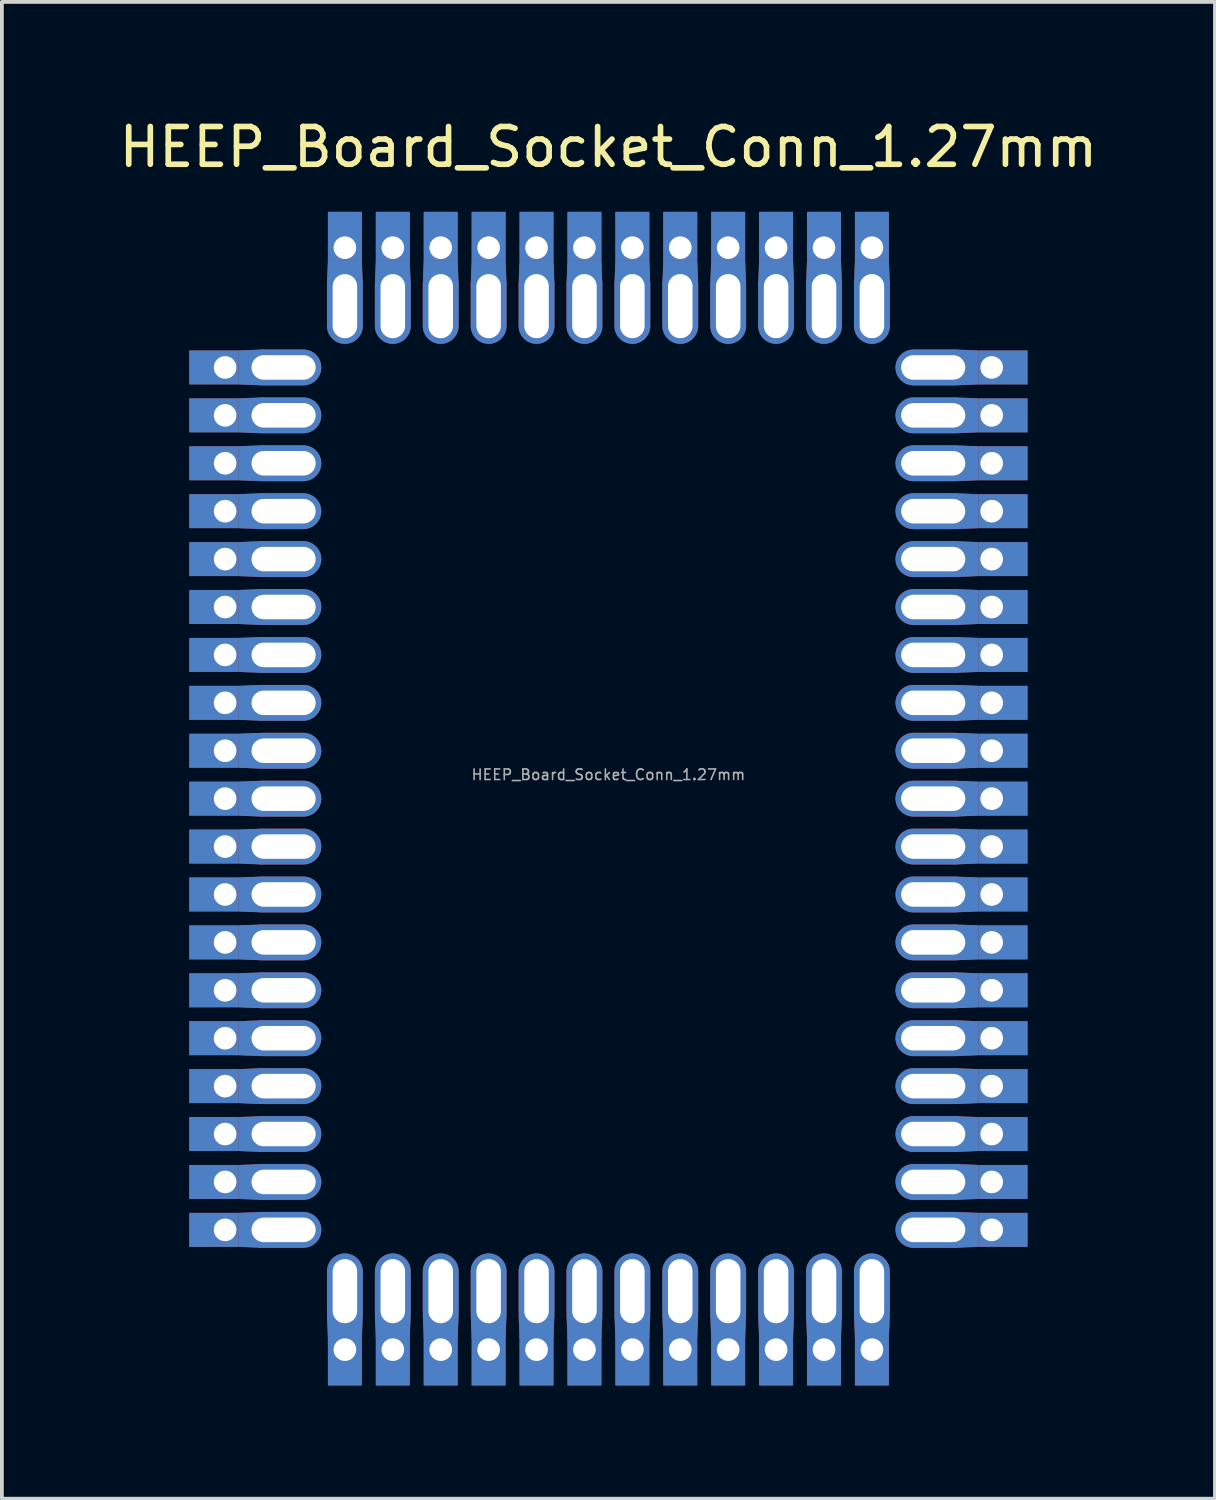
<source format=kicad_pcb>
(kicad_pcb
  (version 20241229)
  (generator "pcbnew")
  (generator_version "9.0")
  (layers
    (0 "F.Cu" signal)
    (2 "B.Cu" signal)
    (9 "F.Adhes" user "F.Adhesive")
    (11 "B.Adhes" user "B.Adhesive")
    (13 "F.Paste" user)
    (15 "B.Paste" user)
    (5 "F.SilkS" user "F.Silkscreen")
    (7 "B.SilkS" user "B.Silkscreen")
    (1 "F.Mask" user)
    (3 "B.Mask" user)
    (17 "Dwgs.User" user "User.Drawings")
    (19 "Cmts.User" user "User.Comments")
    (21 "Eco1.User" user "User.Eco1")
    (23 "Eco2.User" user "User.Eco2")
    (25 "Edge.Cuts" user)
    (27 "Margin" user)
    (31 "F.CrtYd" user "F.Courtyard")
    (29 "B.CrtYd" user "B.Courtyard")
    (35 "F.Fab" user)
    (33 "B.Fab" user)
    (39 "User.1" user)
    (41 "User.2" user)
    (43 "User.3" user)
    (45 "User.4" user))
  (footprint "HEEP_Board_Socket_Conn_1.27mm"
    (layer "F.Cu")
    (at 13.077 18.12)
    (property "Reference" "HEEP_Board_Socket_Conn_1.27mm" (at 0 -17.272 0) (unlocked yes) (layer "F.SilkS") (effects (font (size 1 1) (thickness 0.15))))
    (attr smd)
    (fp_poly (pts (xy -9.81 -11.88) (xy -9.169 -11.905) (xy -9.169 -10.955) (xy -9.81 -10.98)) (stroke (width 0) (type solid)) (fill yes) (layer "F.Cu"))
    (fp_poly (pts (xy -9.81 -10.61) (xy -9.169 -10.635) (xy -9.169 -9.685) (xy -9.81 -9.71)) (stroke (width 0) (type solid)) (fill yes) (layer "F.Cu"))
    (fp_poly (pts (xy -9.81 -9.34) (xy -9.169 -9.365) (xy -9.169 -8.415) (xy -9.81 -8.44)) (stroke (width 0) (type solid)) (fill yes) (layer "F.Cu"))
    (fp_poly (pts (xy -9.81 -8.07) (xy -9.169 -8.095) (xy -9.169 -7.145) (xy -9.81 -7.17)) (stroke (width 0) (type solid)) (fill yes) (layer "F.Cu"))
    (fp_poly (pts (xy -9.81 -6.8) (xy -9.169 -6.825) (xy -9.169 -5.875) (xy -9.81 -5.9)) (stroke (width 0) (type solid)) (fill yes) (layer "F.Cu"))
    (fp_poly (pts (xy -9.81 -5.53) (xy -9.169 -5.555) (xy -9.169 -4.605) (xy -9.81 -4.63)) (stroke (width 0) (type solid)) (fill yes) (layer "F.Cu"))
    (fp_poly (pts (xy -9.81 -4.26) (xy -9.169 -4.285) (xy -9.169 -3.335) (xy -9.81 -3.36)) (stroke (width 0) (type solid)) (fill yes) (layer "F.Cu"))
    (fp_poly (pts (xy -9.81 -2.99) (xy -9.169 -3.015) (xy -9.169 -2.065) (xy -9.81 -2.09)) (stroke (width 0) (type solid)) (fill yes) (layer "F.Cu"))
    (fp_poly (pts (xy -9.81 -1.72) (xy -9.169 -1.745) (xy -9.169 -0.795) (xy -9.81 -0.82)) (stroke (width 0) (type solid)) (fill yes) (layer "F.Cu"))
    (fp_poly (pts (xy -9.81 -0.45) (xy -9.169 -0.475) (xy -9.169 0.475) (xy -9.81 0.45)) (stroke (width 0) (type solid)) (fill yes) (layer "F.Cu"))
    (fp_poly (pts (xy -9.81 0.82) (xy -9.169 0.795) (xy -9.169 1.745) (xy -9.81 1.72)) (stroke (width 0) (type solid)) (fill yes) (layer "F.Cu"))
    (fp_poly (pts (xy -9.81 2.09) (xy -9.169 2.065) (xy -9.169 3.015) (xy -9.81 2.99)) (stroke (width 0) (type solid)) (fill yes) (layer "F.Cu"))
    (fp_poly (pts (xy -9.81 3.36) (xy -9.169 3.335) (xy -9.169 4.285) (xy -9.81 4.26)) (stroke (width 0) (type solid)) (fill yes) (layer "F.Cu"))
    (fp_poly (pts (xy -9.81 4.63) (xy -9.169 4.605) (xy -9.169 5.555) (xy -9.81 5.53)) (stroke (width 0) (type solid)) (fill yes) (layer "F.Cu"))
    (fp_poly (pts (xy -9.81 5.9) (xy -9.169 5.875) (xy -9.169 6.825) (xy -9.81 6.8)) (stroke (width 0) (type solid)) (fill yes) (layer "F.Cu"))
    (fp_poly (pts (xy -9.81 7.17) (xy -9.169 7.145) (xy -9.169 8.095) (xy -9.81 8.07)) (stroke (width 0) (type solid)) (fill yes) (layer "F.Cu"))
    (fp_poly (pts (xy -9.81 8.44) (xy -9.169 8.415) (xy -9.169 9.365) (xy -9.81 9.34)) (stroke (width 0) (type solid)) (fill yes) (layer "F.Cu"))
    (fp_poly (pts (xy -9.81 9.71) (xy -9.169 9.685) (xy -9.169 10.635) (xy -9.81 10.61)) (stroke (width 0) (type solid)) (fill yes) (layer "F.Cu"))
    (fp_poly (pts (xy -9.81 10.98) (xy -9.169 10.955) (xy -9.169 11.905) (xy -9.81 11.88)) (stroke (width 0) (type solid)) (fill yes) (layer "F.Cu"))
    (fp_poly (pts (xy -7.435 -14.255) (xy -7.46 -13.614) (xy -6.51 -13.614) (xy -6.535 -14.255)) (stroke (width 0) (type solid)) (fill yes) (layer "F.Cu"))
    (fp_poly (pts (xy -7.435 14.297) (xy -7.46 13.656) (xy -6.51 13.656) (xy -6.535 14.297)) (stroke (width 0) (type solid)) (fill yes) (layer "F.Cu"))
    (fp_poly (pts (xy -6.165 -14.255) (xy -6.19 -13.614) (xy -5.24 -13.614) (xy -5.265 -14.255)) (stroke (width 0) (type solid)) (fill yes) (layer "F.Cu"))
    (fp_poly (pts (xy -6.165 14.297) (xy -6.19 13.656) (xy -5.24 13.656) (xy -5.265 14.297)) (stroke (width 0) (type solid)) (fill yes) (layer "F.Cu"))
    (fp_poly (pts (xy -4.895 -14.255) (xy -4.92 -13.614) (xy -3.97 -13.614) (xy -3.995 -14.255)) (stroke (width 0) (type solid)) (fill yes) (layer "F.Cu"))
    (fp_poly (pts (xy -4.895 14.297) (xy -4.92 13.656) (xy -3.97 13.656) (xy -3.995 14.297)) (stroke (width 0) (type solid)) (fill yes) (layer "F.Cu"))
    (fp_poly (pts (xy -3.625 -14.255) (xy -3.65 -13.614) (xy -2.7 -13.614) (xy -2.725 -14.255)) (stroke (width 0) (type solid)) (fill yes) (layer "F.Cu"))
    (fp_poly (pts (xy -3.625 14.297) (xy -3.65 13.656) (xy -2.7 13.656) (xy -2.725 14.297)) (stroke (width 0) (type solid)) (fill yes) (layer "F.Cu"))
    (fp_poly (pts (xy -2.355 -14.255) (xy -2.38 -13.614) (xy -1.43 -13.614) (xy -1.455 -14.255)) (stroke (width 0) (type solid)) (fill yes) (layer "F.Cu"))
    (fp_poly (pts (xy -2.355 14.297) (xy -2.38 13.656) (xy -1.43 13.656) (xy -1.455 14.297)) (stroke (width 0) (type solid)) (fill yes) (layer "F.Cu"))
    (fp_poly (pts (xy -1.085 -14.255) (xy -1.11 -13.614) (xy -0.16 -13.614) (xy -0.185 -14.255)) (stroke (width 0) (type solid)) (fill yes) (layer "F.Cu"))
    (fp_poly (pts (xy -1.085 14.297) (xy -1.11 13.656) (xy -0.16 13.656) (xy -0.185 14.297)) (stroke (width 0) (type solid)) (fill yes) (layer "F.Cu"))
    (fp_poly (pts (xy 0.185 -14.255) (xy 0.16 -13.614) (xy 1.11 -13.614) (xy 1.085 -14.255)) (stroke (width 0) (type solid)) (fill yes) (layer "F.Cu"))
    (fp_poly (pts (xy 0.185 14.297) (xy 0.16 13.656) (xy 1.11 13.656) (xy 1.085 14.297)) (stroke (width 0) (type solid)) (fill yes) (layer "F.Cu"))
    (fp_poly (pts (xy 1.455 -14.255) (xy 1.43 -13.614) (xy 2.38 -13.614) (xy 2.355 -14.255)) (stroke (width 0) (type solid)) (fill yes) (layer "F.Cu"))
    (fp_poly (pts (xy 1.455 14.297) (xy 1.43 13.656) (xy 2.38 13.656) (xy 2.355 14.297)) (stroke (width 0) (type solid)) (fill yes) (layer "F.Cu"))
    (fp_poly (pts (xy 2.725 -14.255) (xy 2.7 -13.614) (xy 3.65 -13.614) (xy 3.625 -14.255)) (stroke (width 0) (type solid)) (fill yes) (layer "F.Cu"))
    (fp_poly (pts (xy 2.725 14.297) (xy 2.7 13.656) (xy 3.65 13.656) (xy 3.625 14.297)) (stroke (width 0) (type solid)) (fill yes) (layer "F.Cu"))
    (fp_poly (pts (xy 3.995 -14.255) (xy 3.97 -13.614) (xy 4.92 -13.614) (xy 4.895 -14.255)) (stroke (width 0) (type solid)) (fill yes) (layer "F.Cu"))
    (fp_poly (pts (xy 3.995 14.297) (xy 3.97 13.656) (xy 4.92 13.656) (xy 4.895 14.297)) (stroke (width 0) (type solid)) (fill yes) (layer "F.Cu"))
    (fp_poly (pts (xy 5.265 -14.255) (xy 5.24 -13.614) (xy 6.19 -13.614) (xy 6.165 -14.255)) (stroke (width 0) (type solid)) (fill yes) (layer "F.Cu"))
    (fp_poly (pts (xy 5.265 14.297) (xy 5.24 13.656) (xy 6.19 13.656) (xy 6.165 14.297)) (stroke (width 0) (type solid)) (fill yes) (layer "F.Cu"))
    (fp_poly (pts (xy 6.535 -14.255) (xy 6.51 -13.614) (xy 7.46 -13.614) (xy 7.435 -14.255)) (stroke (width 0) (type solid)) (fill yes) (layer "F.Cu"))
    (fp_poly (pts (xy 6.535 14.297) (xy 6.51 13.656) (xy 7.46 13.656) (xy 7.435 14.297)) (stroke (width 0) (type solid)) (fill yes) (layer "F.Cu"))
    (fp_poly (pts (xy 9.81 -11.88) (xy 9.169 -11.905) (xy 9.169 -10.955) (xy 9.81 -10.98)) (stroke (width 0) (type solid)) (fill yes) (layer "F.Cu"))
    (fp_poly (pts (xy 9.81 -10.61) (xy 9.169 -10.635) (xy 9.169 -9.685) (xy 9.81 -9.71)) (stroke (width 0) (type solid)) (fill yes) (layer "F.Cu"))
    (fp_poly (pts (xy 9.81 -9.34) (xy 9.169 -9.365) (xy 9.169 -8.415) (xy 9.81 -8.44)) (stroke (width 0) (type solid)) (fill yes) (layer "F.Cu"))
    (fp_poly (pts (xy 9.81 -8.07) (xy 9.169 -8.095) (xy 9.169 -7.145) (xy 9.81 -7.17)) (stroke (width 0) (type solid)) (fill yes) (layer "F.Cu"))
    (fp_poly (pts (xy 9.81 -6.8) (xy 9.169 -6.825) (xy 9.169 -5.875) (xy 9.81 -5.9)) (stroke (width 0) (type solid)) (fill yes) (layer "F.Cu"))
    (fp_poly (pts (xy 9.81 -5.53) (xy 9.169 -5.555) (xy 9.169 -4.605) (xy 9.81 -4.63)) (stroke (width 0) (type solid)) (fill yes) (layer "F.Cu"))
    (fp_poly (pts (xy 9.81 -4.26) (xy 9.169 -4.285) (xy 9.169 -3.335) (xy 9.81 -3.36)) (stroke (width 0) (type solid)) (fill yes) (layer "F.Cu"))
    (fp_poly (pts (xy 9.81 -2.99) (xy 9.169 -3.015) (xy 9.169 -2.065) (xy 9.81 -2.09)) (stroke (width 0) (type solid)) (fill yes) (layer "F.Cu"))
    (fp_poly (pts (xy 9.81 -1.72) (xy 9.169 -1.745) (xy 9.169 -0.795) (xy 9.81 -0.82)) (stroke (width 0) (type solid)) (fill yes) (layer "F.Cu"))
    (fp_poly (pts (xy 9.81 -0.45) (xy 9.169 -0.475) (xy 9.169 0.475) (xy 9.81 0.45)) (stroke (width 0) (type solid)) (fill yes) (layer "F.Cu"))
    (fp_poly (pts (xy 9.81 0.82) (xy 9.169 0.795) (xy 9.169 1.745) (xy 9.81 1.72)) (stroke (width 0) (type solid)) (fill yes) (layer "F.Cu"))
    (fp_poly (pts (xy 9.81 2.09) (xy 9.169 2.065) (xy 9.169 3.015) (xy 9.81 2.99)) (stroke (width 0) (type solid)) (fill yes) (layer "F.Cu"))
    (fp_poly (pts (xy 9.81 3.36) (xy 9.169 3.335) (xy 9.169 4.285) (xy 9.81 4.26)) (stroke (width 0) (type solid)) (fill yes) (layer "F.Cu"))
    (fp_poly (pts (xy 9.81 4.63) (xy 9.169 4.605) (xy 9.169 5.555) (xy 9.81 5.53)) (stroke (width 0) (type solid)) (fill yes) (layer "F.Cu"))
    (fp_poly (pts (xy 9.81 5.9) (xy 9.169 5.875) (xy 9.169 6.825) (xy 9.81 6.8)) (stroke (width 0) (type solid)) (fill yes) (layer "F.Cu"))
    (fp_poly (pts (xy 9.81 7.17) (xy 9.169 7.145) (xy 9.169 8.095) (xy 9.81 8.07)) (stroke (width 0) (type solid)) (fill yes) (layer "F.Cu"))
    (fp_poly (pts (xy 9.81 8.44) (xy 9.169 8.415) (xy 9.169 9.365) (xy 9.81 9.34)) (stroke (width 0) (type solid)) (fill yes) (layer "F.Cu"))
    (fp_poly (pts (xy 9.81 9.71) (xy 9.169 9.685) (xy 9.169 10.635) (xy 9.81 10.61)) (stroke (width 0) (type solid)) (fill yes) (layer "F.Cu"))
    (fp_poly (pts (xy 9.81 10.98) (xy 9.169 10.955) (xy 9.169 11.905) (xy 9.81 11.88)) (stroke (width 0) (type solid)) (fill yes) (layer "F.Cu"))
    (fp_poly (pts (xy -9.81 -11.88) (xy -9.169 -11.905) (xy -9.169 -10.955) (xy -9.81 -10.98)) (stroke (width 0) (type solid)) (fill yes) (layer "B.Cu"))
    (fp_poly (pts (xy -9.81 -10.61) (xy -9.169 -10.635) (xy -9.169 -9.685) (xy -9.81 -9.71)) (stroke (width 0) (type solid)) (fill yes) (layer "B.Cu"))
    (fp_poly (pts (xy -9.81 -9.34) (xy -9.169 -9.365) (xy -9.169 -8.415) (xy -9.81 -8.44)) (stroke (width 0) (type solid)) (fill yes) (layer "B.Cu"))
    (fp_poly (pts (xy -9.81 -8.07) (xy -9.169 -8.095) (xy -9.169 -7.145) (xy -9.81 -7.17)) (stroke (width 0) (type solid)) (fill yes) (layer "B.Cu"))
    (fp_poly (pts (xy -9.81 -6.8) (xy -9.169 -6.825) (xy -9.169 -5.875) (xy -9.81 -5.9)) (stroke (width 0) (type solid)) (fill yes) (layer "B.Cu"))
    (fp_poly (pts (xy -9.81 -5.53) (xy -9.169 -5.555) (xy -9.169 -4.605) (xy -9.81 -4.63)) (stroke (width 0) (type solid)) (fill yes) (layer "B.Cu"))
    (fp_poly (pts (xy -9.81 -4.26) (xy -9.169 -4.285) (xy -9.169 -3.335) (xy -9.81 -3.36)) (stroke (width 0) (type solid)) (fill yes) (layer "B.Cu"))
    (fp_poly (pts (xy -9.81 -2.99) (xy -9.169 -3.015) (xy -9.169 -2.065) (xy -9.81 -2.09)) (stroke (width 0) (type solid)) (fill yes) (layer "B.Cu"))
    (fp_poly (pts (xy -9.81 -1.72) (xy -9.169 -1.745) (xy -9.169 -0.795) (xy -9.81 -0.82)) (stroke (width 0) (type solid)) (fill yes) (layer "B.Cu"))
    (fp_poly (pts (xy -9.81 -0.45) (xy -9.169 -0.475) (xy -9.169 0.475) (xy -9.81 0.45)) (stroke (width 0) (type solid)) (fill yes) (layer "B.Cu"))
    (fp_poly (pts (xy -9.81 0.82) (xy -9.169 0.795) (xy -9.169 1.745) (xy -9.81 1.72)) (stroke (width 0) (type solid)) (fill yes) (layer "B.Cu"))
    (fp_poly (pts (xy -9.81 2.09) (xy -9.169 2.065) (xy -9.169 3.015) (xy -9.81 2.99)) (stroke (width 0) (type solid)) (fill yes) (layer "B.Cu"))
    (fp_poly (pts (xy -9.81 3.36) (xy -9.169 3.335) (xy -9.169 4.285) (xy -9.81 4.26)) (stroke (width 0) (type solid)) (fill yes) (layer "B.Cu"))
    (fp_poly (pts (xy -9.81 4.63) (xy -9.169 4.605) (xy -9.169 5.555) (xy -9.81 5.53)) (stroke (width 0) (type solid)) (fill yes) (layer "B.Cu"))
    (fp_poly (pts (xy -9.81 5.9) (xy -9.169 5.875) (xy -9.169 6.825) (xy -9.81 6.8)) (stroke (width 0) (type solid)) (fill yes) (layer "B.Cu"))
    (fp_poly (pts (xy -9.81 7.17) (xy -9.169 7.145) (xy -9.169 8.095) (xy -9.81 8.07)) (stroke (width 0) (type solid)) (fill yes) (layer "B.Cu"))
    (fp_poly (pts (xy -9.81 8.44) (xy -9.169 8.415) (xy -9.169 9.365) (xy -9.81 9.34)) (stroke (width 0) (type solid)) (fill yes) (layer "B.Cu"))
    (fp_poly (pts (xy -9.81 9.71) (xy -9.169 9.685) (xy -9.169 10.635) (xy -9.81 10.61)) (stroke (width 0) (type solid)) (fill yes) (layer "B.Cu"))
    (fp_poly (pts (xy -9.81 10.98) (xy -9.169 10.955) (xy -9.169 11.905) (xy -9.81 11.88)) (stroke (width 0) (type solid)) (fill yes) (layer "B.Cu"))
    (fp_poly (pts (xy -7.435 -14.255) (xy -7.46 -13.614) (xy -6.51 -13.614) (xy -6.535 -14.255)) (stroke (width 0) (type solid)) (fill yes) (layer "B.Cu"))
    (fp_poly (pts (xy -7.435 14.297) (xy -7.46 13.656) (xy -6.51 13.656) (xy -6.535 14.297)) (stroke (width 0) (type solid)) (fill yes) (layer "B.Cu"))
    (fp_poly (pts (xy -6.165 -14.255) (xy -6.19 -13.614) (xy -5.24 -13.614) (xy -5.265 -14.255)) (stroke (width 0) (type solid)) (fill yes) (layer "B.Cu"))
    (fp_poly (pts (xy -6.165 14.297) (xy -6.19 13.656) (xy -5.24 13.656) (xy -5.265 14.297)) (stroke (width 0) (type solid)) (fill yes) (layer "B.Cu"))
    (fp_poly (pts (xy -4.895 -14.255) (xy -4.92 -13.614) (xy -3.97 -13.614) (xy -3.995 -14.255)) (stroke (width 0) (type solid)) (fill yes) (layer "B.Cu"))
    (fp_poly (pts (xy -4.895 14.297) (xy -4.92 13.656) (xy -3.97 13.656) (xy -3.995 14.297)) (stroke (width 0) (type solid)) (fill yes) (layer "B.Cu"))
    (fp_poly (pts (xy -3.625 -14.255) (xy -3.65 -13.614) (xy -2.7 -13.614) (xy -2.725 -14.255)) (stroke (width 0) (type solid)) (fill yes) (layer "B.Cu"))
    (fp_poly (pts (xy -3.625 14.297) (xy -3.65 13.656) (xy -2.7 13.656) (xy -2.725 14.297)) (stroke (width 0) (type solid)) (fill yes) (layer "B.Cu"))
    (fp_poly (pts (xy -2.355 -14.255) (xy -2.38 -13.614) (xy -1.43 -13.614) (xy -1.455 -14.255)) (stroke (width 0) (type solid)) (fill yes) (layer "B.Cu"))
    (fp_poly (pts (xy -2.355 14.297) (xy -2.38 13.656) (xy -1.43 13.656) (xy -1.455 14.297)) (stroke (width 0) (type solid)) (fill yes) (layer "B.Cu"))
    (fp_poly (pts (xy -1.085 -14.255) (xy -1.11 -13.614) (xy -0.16 -13.614) (xy -0.185 -14.255)) (stroke (width 0) (type solid)) (fill yes) (layer "B.Cu"))
    (fp_poly (pts (xy -1.085 14.297) (xy -1.11 13.656) (xy -0.16 13.656) (xy -0.185 14.297)) (stroke (width 0) (type solid)) (fill yes) (layer "B.Cu"))
    (fp_poly (pts (xy 0.185 -14.255) (xy 0.16 -13.614) (xy 1.11 -13.614) (xy 1.085 -14.255)) (stroke (width 0) (type solid)) (fill yes) (layer "B.Cu"))
    (fp_poly (pts (xy 0.185 14.297) (xy 0.16 13.656) (xy 1.11 13.656) (xy 1.085 14.297)) (stroke (width 0) (type solid)) (fill yes) (layer "B.Cu"))
    (fp_poly (pts (xy 1.455 -14.255) (xy 1.43 -13.614) (xy 2.38 -13.614) (xy 2.355 -14.255)) (stroke (width 0) (type solid)) (fill yes) (layer "B.Cu"))
    (fp_poly (pts (xy 1.455 14.297) (xy 1.43 13.656) (xy 2.38 13.656) (xy 2.355 14.297)) (stroke (width 0) (type solid)) (fill yes) (layer "B.Cu"))
    (fp_poly (pts (xy 2.725 -14.255) (xy 2.7 -13.614) (xy 3.65 -13.614) (xy 3.625 -14.255)) (stroke (width 0) (type solid)) (fill yes) (layer "B.Cu"))
    (fp_poly (pts (xy 2.725 14.297) (xy 2.7 13.656) (xy 3.65 13.656) (xy 3.625 14.297)) (stroke (width 0) (type solid)) (fill yes) (layer "B.Cu"))
    (fp_poly (pts (xy 3.995 -14.255) (xy 3.97 -13.614) (xy 4.92 -13.614) (xy 4.895 -14.255)) (stroke (width 0) (type solid)) (fill yes) (layer "B.Cu"))
    (fp_poly (pts (xy 3.995 14.297) (xy 3.97 13.656) (xy 4.92 13.656) (xy 4.895 14.297)) (stroke (width 0) (type solid)) (fill yes) (layer "B.Cu"))
    (fp_poly (pts (xy 5.265 -14.255) (xy 5.24 -13.614) (xy 6.19 -13.614) (xy 6.165 -14.255)) (stroke (width 0) (type solid)) (fill yes) (layer "B.Cu"))
    (fp_poly (pts (xy 5.265 14.297) (xy 5.24 13.656) (xy 6.19 13.656) (xy 6.165 14.297)) (stroke (width 0) (type solid)) (fill yes) (layer "B.Cu"))
    (fp_poly (pts (xy 6.535 -14.255) (xy 6.51 -13.614) (xy 7.46 -13.614) (xy 7.435 -14.255)) (stroke (width 0) (type solid)) (fill yes) (layer "B.Cu"))
    (fp_poly (pts (xy 6.535 14.297) (xy 6.51 13.656) (xy 7.46 13.656) (xy 7.435 14.297)) (stroke (width 0) (type solid)) (fill yes) (layer "B.Cu"))
    (fp_poly (pts (xy 9.81 -11.88) (xy 9.169 -11.905) (xy 9.169 -10.955) (xy 9.81 -10.98)) (stroke (width 0) (type solid)) (fill yes) (layer "B.Cu"))
    (fp_poly (pts (xy 9.81 -10.61) (xy 9.169 -10.635) (xy 9.169 -9.685) (xy 9.81 -9.71)) (stroke (width 0) (type solid)) (fill yes) (layer "B.Cu"))
    (fp_poly (pts (xy 9.81 -9.34) (xy 9.169 -9.365) (xy 9.169 -8.415) (xy 9.81 -8.44)) (stroke (width 0) (type solid)) (fill yes) (layer "B.Cu"))
    (fp_poly (pts (xy 9.81 -8.07) (xy 9.169 -8.095) (xy 9.169 -7.145) (xy 9.81 -7.17)) (stroke (width 0) (type solid)) (fill yes) (layer "B.Cu"))
    (fp_poly (pts (xy 9.81 -6.8) (xy 9.169 -6.825) (xy 9.169 -5.875) (xy 9.81 -5.9)) (stroke (width 0) (type solid)) (fill yes) (layer "B.Cu"))
    (fp_poly (pts (xy 9.81 -5.53) (xy 9.169 -5.555) (xy 9.169 -4.605) (xy 9.81 -4.63)) (stroke (width 0) (type solid)) (fill yes) (layer "B.Cu"))
    (fp_poly (pts (xy 9.81 -4.26) (xy 9.169 -4.285) (xy 9.169 -3.335) (xy 9.81 -3.36)) (stroke (width 0) (type solid)) (fill yes) (layer "B.Cu"))
    (fp_poly (pts (xy 9.81 -2.99) (xy 9.169 -3.015) (xy 9.169 -2.065) (xy 9.81 -2.09)) (stroke (width 0) (type solid)) (fill yes) (layer "B.Cu"))
    (fp_poly (pts (xy 9.81 -1.72) (xy 9.169 -1.745) (xy 9.169 -0.795) (xy 9.81 -0.82)) (stroke (width 0) (type solid)) (fill yes) (layer "B.Cu"))
    (fp_poly (pts (xy 9.81 -0.45) (xy 9.169 -0.475) (xy 9.169 0.475) (xy 9.81 0.45)) (stroke (width 0) (type solid)) (fill yes) (layer "B.Cu"))
    (fp_poly (pts (xy 9.81 0.82) (xy 9.169 0.795) (xy 9.169 1.745) (xy 9.81 1.72)) (stroke (width 0) (type solid)) (fill yes) (layer "B.Cu"))
    (fp_poly (pts (xy 9.81 2.09) (xy 9.169 2.065) (xy 9.169 3.015) (xy 9.81 2.99)) (stroke (width 0) (type solid)) (fill yes) (layer "B.Cu"))
    (fp_poly (pts (xy 9.81 3.36) (xy 9.169 3.335) (xy 9.169 4.285) (xy 9.81 4.26)) (stroke (width 0) (type solid)) (fill yes) (layer "B.Cu"))
    (fp_poly (pts (xy 9.81 4.63) (xy 9.169 4.605) (xy 9.169 5.555) (xy 9.81 5.53)) (stroke (width 0) (type solid)) (fill yes) (layer "B.Cu"))
    (fp_poly (pts (xy 9.81 5.9) (xy 9.169 5.875) (xy 9.169 6.825) (xy 9.81 6.8)) (stroke (width 0) (type solid)) (fill yes) (layer "B.Cu"))
    (fp_poly (pts (xy 9.81 7.17) (xy 9.169 7.145) (xy 9.169 8.095) (xy 9.81 8.07)) (stroke (width 0) (type solid)) (fill yes) (layer "B.Cu"))
    (fp_poly (pts (xy 9.81 8.44) (xy 9.169 8.415) (xy 9.169 9.365) (xy 9.81 9.34)) (stroke (width 0) (type solid)) (fill yes) (layer "B.Cu"))
    (fp_poly (pts (xy 9.81 9.71) (xy 9.169 9.685) (xy 9.169 10.635) (xy 9.81 10.61)) (stroke (width 0) (type solid)) (fill yes) (layer "B.Cu"))
    (fp_poly (pts (xy 9.81 10.98) (xy 9.169 10.955) (xy 9.169 11.905) (xy 9.81 11.88)) (stroke (width 0) (type solid)) (fill yes) (layer "B.Cu"))
    (fp_rect (start -8.255 12.7) (end 8.255 -12.7) (stroke (width 0.1) (type default)) (fill no) (layer "User.1"))
    (fp_text user "${REFERENCE}" (at 0 -0.635 0) (unlocked yes) (layer "F.Fab") (effects (font (size 0.28 0.28) (thickness 0.042))))
    (pad "" thru_hole oval (at -8.61 -11.43) (size 2 0.95) (drill oval 1.7 0.65) (layers "*.Cu" "*.Mask"))
    (pad "" thru_hole oval (at -8.61 -10.16) (size 2 0.95) (drill oval 1.7 0.65) (layers "*.Cu" "*.Mask"))
    (pad "" thru_hole oval (at -8.61 -8.89) (size 2 0.95) (drill oval 1.7 0.65) (layers "*.Cu" "*.Mask"))
    (pad "" thru_hole oval (at -8.61 -7.62) (size 2 0.95) (drill oval 1.7 0.65) (layers "*.Cu" "*.Mask"))
    (pad "" thru_hole oval (at -8.61 -6.35) (size 2 0.95) (drill oval 1.7 0.65) (layers "*.Cu" "*.Mask"))
    (pad "" thru_hole oval (at -8.61 -5.08) (size 2 0.95) (drill oval 1.7 0.65) (layers "*.Cu" "*.Mask"))
    (pad "" thru_hole oval (at -8.61 -3.81) (size 2 0.95) (drill oval 1.7 0.65) (layers "*.Cu" "*.Mask"))
    (pad "" thru_hole oval (at -8.61 -2.54) (size 2 0.95) (drill oval 1.7 0.65) (layers "*.Cu" "*.Mask"))
    (pad "" thru_hole oval (at -8.61 -1.27) (size 2 0.95) (drill oval 1.7 0.65) (layers "*.Cu" "*.Mask"))
    (pad "" thru_hole oval (at -8.61 0) (size 2 0.95) (drill oval 1.7 0.65) (layers "*.Cu" "*.Mask"))
    (pad "" thru_hole oval (at -8.61 1.27) (size 2 0.95) (drill oval 1.7 0.65) (layers "*.Cu" "*.Mask"))
    (pad "" thru_hole oval (at -8.61 2.54) (size 2 0.95) (drill oval 1.7 0.65) (layers "*.Cu" "*.Mask"))
    (pad "" thru_hole oval (at -8.61 3.81) (size 2 0.95) (drill oval 1.7 0.65) (layers "*.Cu" "*.Mask"))
    (pad "" thru_hole oval (at -8.61 5.08) (size 2 0.95) (drill oval 1.7 0.65) (layers "*.Cu" "*.Mask"))
    (pad "" thru_hole oval (at -8.61 6.35) (size 2 0.95) (drill oval 1.7 0.65) (layers "*.Cu" "*.Mask"))
    (pad "" thru_hole oval (at -8.61 7.62) (size 2 0.95) (drill oval 1.7 0.65) (layers "*.Cu" "*.Mask"))
    (pad "" thru_hole oval (at -8.61 8.89) (size 2 0.95) (drill oval 1.7 0.65) (layers "*.Cu" "*.Mask"))
    (pad "" thru_hole oval (at -8.61 10.16) (size 2 0.95) (drill oval 1.7 0.65) (layers "*.Cu" "*.Mask"))
    (pad "" thru_hole oval (at -8.61 11.43) (size 2 0.95) (drill oval 1.7 0.65) (layers "*.Cu" "*.Mask"))
    (pad "" thru_hole oval (at -6.985 -13.055 270) (size 2 0.95) (drill oval 1.7 0.65) (layers "*.Cu" "*.Mask"))
    (pad "" thru_hole oval (at -6.985 13.055 90) (size 2 0.95) (drill oval 1.7 0.65) (layers "*.Cu" "*.Mask"))
    (pad "" thru_hole oval (at -5.715 -13.055 270) (size 2 0.95) (drill oval 1.7 0.65) (layers "*.Cu" "*.Mask"))
    (pad "" thru_hole oval (at -5.715 13.055 90) (size 2 0.95) (drill oval 1.7 0.65) (layers "*.Cu" "*.Mask"))
    (pad "" thru_hole oval (at -4.445 -13.055 270) (size 2 0.95) (drill oval 1.7 0.65) (layers "*.Cu" "*.Mask"))
    (pad "" thru_hole oval (at -4.445 13.055 90) (size 2 0.95) (drill oval 1.7 0.65) (layers "*.Cu" "*.Mask"))
    (pad "" thru_hole oval (at -3.175 -13.055 270) (size 2 0.95) (drill oval 1.7 0.65) (layers "*.Cu" "*.Mask"))
    (pad "" thru_hole oval (at -3.175 13.055 90) (size 2 0.95) (drill oval 1.7 0.65) (layers "*.Cu" "*.Mask"))
    (pad "" thru_hole oval (at -1.905 -13.055 270) (size 2 0.95) (drill oval 1.7 0.65) (layers "*.Cu" "*.Mask"))
    (pad "" thru_hole oval (at -1.905 13.055 90) (size 2 0.95) (drill oval 1.7 0.65) (layers "*.Cu" "*.Mask"))
    (pad "" thru_hole oval (at -0.635 -13.055 270) (size 2 0.95) (drill oval 1.7 0.65) (layers "*.Cu" "*.Mask"))
    (pad "" thru_hole oval (at -0.635 13.055 90) (size 2 0.95) (drill oval 1.7 0.65) (layers "*.Cu" "*.Mask"))
    (pad "" thru_hole oval (at 0.635 -13.055 270) (size 2 0.95) (drill oval 1.7 0.65) (layers "*.Cu" "*.Mask"))
    (pad "" thru_hole oval (at 0.635 13.055 90) (size 2 0.95) (drill oval 1.7 0.65) (layers "*.Cu" "*.Mask"))
    (pad "" thru_hole oval (at 1.905 -13.055 270) (size 2 0.95) (drill oval 1.7 0.65) (layers "*.Cu" "*.Mask"))
    (pad "" thru_hole oval (at 1.905 13.055 90) (size 2 0.95) (drill oval 1.7 0.65) (layers "*.Cu" "*.Mask"))
    (pad "" thru_hole oval (at 3.175 -13.055 270) (size 2 0.95) (drill oval 1.7 0.65) (layers "*.Cu" "*.Mask"))
    (pad "" thru_hole oval (at 3.175 13.055 90) (size 2 0.95) (drill oval 1.7 0.65) (layers "*.Cu" "*.Mask"))
    (pad "" thru_hole oval (at 4.445 -13.055 270) (size 2 0.95) (drill oval 1.7 0.65) (layers "*.Cu" "*.Mask"))
    (pad "" thru_hole oval (at 4.445 13.055 90) (size 2 0.95) (drill oval 1.7 0.65) (layers "*.Cu" "*.Mask"))
    (pad "" thru_hole oval (at 5.715 -13.055 270) (size 2 0.95) (drill oval 1.7 0.65) (layers "*.Cu" "*.Mask"))
    (pad "" thru_hole oval (at 5.715 13.055 90) (size 2 0.95) (drill oval 1.7 0.65) (layers "*.Cu" "*.Mask"))
    (pad "" thru_hole oval (at 6.985 -13.055 270) (size 2 0.95) (drill oval 1.7 0.65) (layers "*.Cu" "*.Mask"))
    (pad "" thru_hole oval (at 6.985 13.055 90) (size 2 0.95) (drill oval 1.7 0.65) (layers "*.Cu" "*.Mask"))
    (pad "" thru_hole oval (at 8.61 -11.43 180) (size 2 0.95) (drill oval 1.7 0.65) (layers "*.Cu" "*.Mask"))
    (pad "" thru_hole oval (at 8.61 -10.16 180) (size 2 0.95) (drill oval 1.7 0.65) (layers "*.Cu" "*.Mask"))
    (pad "" thru_hole oval (at 8.61 -8.89 180) (size 2 0.95) (drill oval 1.7 0.65) (layers "*.Cu" "*.Mask"))
    (pad "" thru_hole oval (at 8.61 -7.62 180) (size 2 0.95) (drill oval 1.7 0.65) (layers "*.Cu" "*.Mask"))
    (pad "" thru_hole oval (at 8.61 -6.35 180) (size 2 0.95) (drill oval 1.7 0.65) (layers "*.Cu" "*.Mask"))
    (pad "" thru_hole oval (at 8.61 -5.08 180) (size 2 0.95) (drill oval 1.7 0.65) (layers "*.Cu" "*.Mask"))
    (pad "" thru_hole oval (at 8.61 -3.81 180) (size 2 0.95) (drill oval 1.7 0.65) (layers "*.Cu" "*.Mask"))
    (pad "" thru_hole oval (at 8.61 -2.54 180) (size 2 0.95) (drill oval 1.7 0.65) (layers "*.Cu" "*.Mask"))
    (pad "" thru_hole oval (at 8.61 -1.27 180) (size 2 0.95) (drill oval 1.7 0.65) (layers "*.Cu" "*.Mask"))
    (pad "" thru_hole oval (at 8.61 0 180) (size 2 0.95) (drill oval 1.7 0.65) (layers "*.Cu" "*.Mask"))
    (pad "" thru_hole oval (at 8.61 1.27 180) (size 2 0.95) (drill oval 1.7 0.65) (layers "*.Cu" "*.Mask"))
    (pad "" thru_hole oval (at 8.61 2.54 180) (size 2 0.95) (drill oval 1.7 0.65) (layers "*.Cu" "*.Mask"))
    (pad "" thru_hole oval (at 8.61 3.81 180) (size 2 0.95) (drill oval 1.7 0.65) (layers "*.Cu" "*.Mask"))
    (pad "" thru_hole oval (at 8.61 5.08 180) (size 2 0.95) (drill oval 1.7 0.65) (layers "*.Cu" "*.Mask"))
    (pad "" thru_hole oval (at 8.61 6.35 180) (size 2 0.95) (drill oval 1.7 0.65) (layers "*.Cu" "*.Mask"))
    (pad "" thru_hole oval (at 8.61 7.62 180) (size 2 0.95) (drill oval 1.7 0.65) (layers "*.Cu" "*.Mask"))
    (pad "" thru_hole oval (at 8.61 8.89 180) (size 2 0.95) (drill oval 1.7 0.65) (layers "*.Cu" "*.Mask"))
    (pad "" thru_hole oval (at 8.61 10.16 180) (size 2 0.95) (drill oval 1.7 0.65) (layers "*.Cu" "*.Mask"))
    (pad "" thru_hole oval (at 8.61 11.43 180) (size 2 0.95) (drill oval 1.7 0.65) (layers "*.Cu" "*.Mask"))
    (pad "1" thru_hole rect (at -10.16 -11.43) (size 1.3 0.9) (drill 0.6 (offset -0.3 0)) (layers "*.Cu" "*.Mask"))
    (pad "2" thru_hole rect (at -10.16 -10.16) (size 1.3 0.9) (drill 0.6 (offset -0.3 0)) (layers "*.Cu" "*.Mask"))
    (pad "3" thru_hole rect (at -10.16 -8.89) (size 1.3 0.9) (drill 0.6 (offset -0.3 0)) (layers "*.Cu" "*.Mask"))
    (pad "4" thru_hole rect (at -10.16 -7.62) (size 1.3 0.9) (drill 0.6 (offset -0.3 0)) (layers "*.Cu" "*.Mask"))
    (pad "5" thru_hole rect (at -10.16 -6.35) (size 1.3 0.9) (drill 0.6 (offset -0.3 0)) (layers "*.Cu" "*.Mask"))
    (pad "6" thru_hole rect (at -10.16 -5.08) (size 1.3 0.9) (drill 0.6 (offset -0.3 0)) (layers "*.Cu" "*.Mask"))
    (pad "7" thru_hole rect (at -10.16 -3.81) (size 1.3 0.9) (drill 0.6 (offset -0.3 0)) (layers "*.Cu" "*.Mask"))
    (pad "8" thru_hole rect (at -10.16 -2.54) (size 1.3 0.9) (drill 0.6 (offset -0.3 0)) (layers "*.Cu" "*.Mask"))
    (pad "9" thru_hole rect (at -10.16 -1.27) (size 1.3 0.9) (drill 0.6 (offset -0.3 0)) (layers "*.Cu" "*.Mask"))
    (pad "10" thru_hole rect (at -10.16 0) (size 1.3 0.9) (drill 0.6 (offset -0.3 0)) (layers "*.Cu" "*.Mask"))
    (pad "11" thru_hole rect (at -10.16 1.27) (size 1.3 0.9) (drill 0.6 (offset -0.3 0)) (layers "*.Cu" "*.Mask"))
    (pad "12" thru_hole rect (at -10.16 2.54) (size 1.3 0.9) (drill 0.6 (offset -0.3 0)) (layers "*.Cu" "*.Mask"))
    (pad "13" thru_hole rect (at -10.16 3.81) (size 1.3 0.9) (drill 0.6 (offset -0.3 0)) (layers "*.Cu" "*.Mask"))
    (pad "14" thru_hole rect (at -10.16 5.08) (size 1.3 0.9) (drill 0.6 (offset -0.3 0)) (layers "*.Cu" "*.Mask"))
    (pad "15" thru_hole rect (at -10.16 6.35) (size 1.3 0.9) (drill 0.6 (offset -0.3 0)) (layers "*.Cu" "*.Mask"))
    (pad "16" thru_hole rect (at -10.16 7.62) (size 1.3 0.9) (drill 0.6 (offset -0.3 0)) (layers "*.Cu" "*.Mask"))
    (pad "17" thru_hole rect (at -10.16 8.89) (size 1.3 0.9) (drill 0.6 (offset -0.3 0)) (layers "*.Cu" "*.Mask"))
    (pad "18" thru_hole rect (at -10.16 10.16) (size 1.3 0.9) (drill 0.6 (offset -0.3 0)) (layers "*.Cu" "*.Mask"))
    (pad "19" thru_hole rect (at -10.16 11.43) (size 1.3 0.9) (drill 0.6 (offset -0.3 0)) (layers "*.Cu" "*.Mask"))
    (pad "20" thru_hole rect (at -6.985 14.605 90) (size 1.3 0.9) (drill 0.6 (offset -0.3 0)) (layers "*.Cu" "*.Mask"))
    (pad "21" thru_hole rect (at -5.715 14.605 90) (size 1.3 0.9) (drill 0.6 (offset -0.3 0)) (layers "*.Cu" "*.Mask"))
    (pad "22" thru_hole rect (at -4.445 14.605 90) (size 1.3 0.9) (drill 0.6 (offset -0.3 0)) (layers "*.Cu" "*.Mask"))
    (pad "23" thru_hole rect (at -3.175 14.605 90) (size 1.3 0.9) (drill 0.6 (offset -0.3 0)) (layers "*.Cu" "*.Mask"))
    (pad "24" thru_hole rect (at -1.905 14.605 90) (size 1.3 0.9) (drill 0.6 (offset -0.3 0)) (layers "*.Cu" "*.Mask"))
    (pad "25" thru_hole rect (at -0.635 14.605 90) (size 1.3 0.9) (drill 0.6 (offset -0.3 0)) (layers "*.Cu" "*.Mask"))
    (pad "26" thru_hole rect (at 0.635 14.605 90) (size 1.3 0.9) (drill 0.6 (offset -0.3 0)) (layers "*.Cu" "*.Mask"))
    (pad "27" thru_hole rect (at 1.905 14.605 90) (size 1.3 0.9) (drill 0.6 (offset -0.3 0)) (layers "*.Cu" "*.Mask"))
    (pad "28" thru_hole rect (at 3.175 14.605 90) (size 1.3 0.9) (drill 0.6 (offset -0.3 0)) (layers "*.Cu" "*.Mask"))
    (pad "29" thru_hole rect (at 4.445 14.605 90) (size 1.3 0.9) (drill 0.6 (offset -0.3 0)) (layers "*.Cu" "*.Mask"))
    (pad "30" thru_hole rect (at 5.715 14.605 90) (size 1.3 0.9) (drill 0.6 (offset -0.3 0)) (layers "*.Cu" "*.Mask"))
    (pad "31" thru_hole rect (at 6.985 14.605 90) (size 1.3 0.9) (drill 0.6 (offset -0.3 0)) (layers "*.Cu" "*.Mask"))
    (pad "32" thru_hole rect (at 10.16 11.43 180) (size 1.3 0.9) (drill 0.6 (offset -0.3 0)) (layers "*.Cu" "*.Mask"))
    (pad "33" thru_hole rect (at 10.16 10.16 180) (size 1.3 0.9) (drill 0.6 (offset -0.3 0)) (layers "*.Cu" "*.Mask"))
    (pad "34" thru_hole rect (at 10.16 8.89 180) (size 1.3 0.9) (drill 0.6 (offset -0.3 0)) (layers "*.Cu" "*.Mask"))
    (pad "35" thru_hole rect (at 10.16 7.62 180) (size 1.3 0.9) (drill 0.6 (offset -0.3 0)) (layers "*.Cu" "*.Mask"))
    (pad "36" thru_hole rect (at 10.16 6.35 180) (size 1.3 0.9) (drill 0.6 (offset -0.3 0)) (layers "*.Cu" "*.Mask"))
    (pad "37" thru_hole rect (at 10.16 5.08 180) (size 1.3 0.9) (drill 0.6 (offset -0.3 0)) (layers "*.Cu" "*.Mask"))
    (pad "38" thru_hole rect (at 10.16 3.81 180) (size 1.3 0.9) (drill 0.6 (offset -0.3 0)) (layers "*.Cu" "*.Mask"))
    (pad "39" thru_hole rect (at 10.16 2.54 180) (size 1.3 0.9) (drill 0.6 (offset -0.3 0)) (layers "*.Cu" "*.Mask"))
    (pad "40" thru_hole rect (at 10.16 1.27 180) (size 1.3 0.9) (drill 0.6 (offset -0.3 0)) (layers "*.Cu" "*.Mask"))
    (pad "41" thru_hole rect (at 10.16 0 180) (size 1.3 0.9) (drill 0.6 (offset -0.3 0)) (layers "*.Cu" "*.Mask"))
    (pad "42" thru_hole rect (at 10.16 -1.27 180) (size 1.3 0.9) (drill 0.6 (offset -0.3 0)) (layers "*.Cu" "*.Mask"))
    (pad "43" thru_hole rect (at 10.16 -2.54 180) (size 1.3 0.9) (drill 0.6 (offset -0.3 0)) (layers "*.Cu" "*.Mask"))
    (pad "44" thru_hole rect (at 10.16 -3.81 180) (size 1.3 0.9) (drill 0.6 (offset -0.3 0)) (layers "*.Cu" "*.Mask"))
    (pad "45" thru_hole rect (at 10.16 -5.08 180) (size 1.3 0.9) (drill 0.6 (offset -0.3 0)) (layers "*.Cu" "*.Mask"))
    (pad "46" thru_hole rect (at 10.16 -6.35 180) (size 1.3 0.9) (drill 0.6 (offset -0.3 0)) (layers "*.Cu" "*.Mask"))
    (pad "47" thru_hole rect (at 10.16 -7.62 180) (size 1.3 0.9) (drill 0.6 (offset -0.3 0)) (layers "*.Cu" "*.Mask"))
    (pad "48" thru_hole rect (at 10.16 -8.89 180) (size 1.3 0.9) (drill 0.6 (offset -0.3 0)) (layers "*.Cu" "*.Mask"))
    (pad "49" thru_hole rect (at 10.16 -10.16 180) (size 1.3 0.9) (drill 0.6 (offset -0.3 0)) (layers "*.Cu" "*.Mask"))
    (pad "50" thru_hole rect (at 10.16 -11.43 180) (size 1.3 0.9) (drill 0.6 (offset -0.3 0)) (layers "*.Cu" "*.Mask"))
    (pad "51" thru_hole rect (at 6.985 -14.605 270) (size 1.3 0.9) (drill 0.6 (offset -0.3 0)) (layers "*.Cu" "*.Mask"))
    (pad "52" thru_hole rect (at 5.715 -14.605 270) (size 1.3 0.9) (drill 0.6 (offset -0.3 0)) (layers "*.Cu" "*.Mask"))
    (pad "53" thru_hole rect (at 4.445 -14.605 270) (size 1.3 0.9) (drill 0.6 (offset -0.3 0)) (layers "*.Cu" "*.Mask"))
    (pad "54" thru_hole rect (at 3.175 -14.605 270) (size 1.3 0.9) (drill 0.6 (offset -0.3 0)) (layers "*.Cu" "*.Mask"))
    (pad "55" thru_hole rect (at 1.905 -14.605 270) (size 1.3 0.9) (drill 0.6 (offset -0.3 0)) (layers "*.Cu" "*.Mask"))
    (pad "56" thru_hole rect (at 0.635 -14.605 270) (size 1.3 0.9) (drill 0.6 (offset -0.3 0)) (layers "*.Cu" "*.Mask"))
    (pad "57" thru_hole rect (at -0.635 -14.605 270) (size 1.3 0.9) (drill 0.6 (offset -0.3 0)) (layers "*.Cu" "*.Mask"))
    (pad "58" thru_hole rect (at -1.905 -14.605 270) (size 1.3 0.9) (drill 0.6 (offset -0.3 0)) (layers "*.Cu" "*.Mask"))
    (pad "59" thru_hole rect (at -3.175 -14.605 270) (size 1.3 0.9) (drill 0.6 (offset -0.3 0)) (layers "*.Cu" "*.Mask"))
    (pad "60" thru_hole rect (at -4.445 -14.605 270) (size 1.3 0.9) (drill 0.6 (offset -0.3 0)) (layers "*.Cu" "*.Mask"))
    (pad "61" thru_hole rect (at -5.715 -14.605 270) (size 1.3 0.9) (drill 0.6 (offset -0.3 0)) (layers "*.Cu" "*.Mask"))
    (pad "62" thru_hole rect (at -6.985 -14.605 270) (size 1.3 0.9) (drill 0.6 (offset -0.3 0)) (layers "*.Cu" "*.Mask")))
  (gr_rect
    (start -3 -3)
    (end 29.155 36.675)
    (stroke (width 0.1) (type default))
    (fill no)
    (layer "Edge.Cuts")))
</source>
